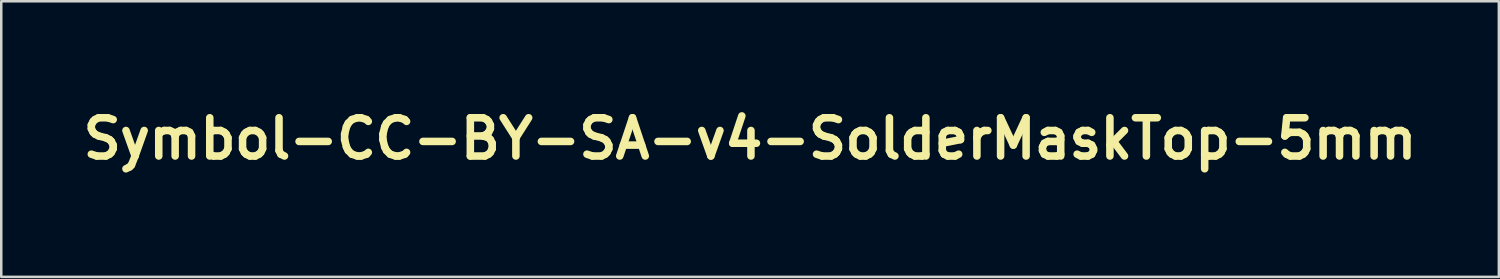
<source format=kicad_pcb>
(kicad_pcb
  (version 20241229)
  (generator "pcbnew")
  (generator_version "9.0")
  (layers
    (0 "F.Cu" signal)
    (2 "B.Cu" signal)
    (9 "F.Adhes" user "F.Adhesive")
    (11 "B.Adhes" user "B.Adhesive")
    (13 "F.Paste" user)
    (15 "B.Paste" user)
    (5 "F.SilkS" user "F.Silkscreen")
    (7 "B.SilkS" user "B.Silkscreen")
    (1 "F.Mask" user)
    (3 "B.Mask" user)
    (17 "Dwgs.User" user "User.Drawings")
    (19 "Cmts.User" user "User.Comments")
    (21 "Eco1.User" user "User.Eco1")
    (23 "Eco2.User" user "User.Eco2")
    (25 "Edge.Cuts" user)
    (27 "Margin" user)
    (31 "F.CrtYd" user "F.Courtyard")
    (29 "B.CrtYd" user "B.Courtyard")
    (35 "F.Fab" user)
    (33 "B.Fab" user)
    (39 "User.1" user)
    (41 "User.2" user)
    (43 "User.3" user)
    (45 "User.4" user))
  (footprint "Symbol-CC-BY-SA-v4-SolderMaskTop-5mm"
    (layer "F.Cu")
    (at 26.822 2.474)
    (property "Reference" "Symbol-CC-BY-SA-v4-SolderMaskTop-5mm" (at 0 0 0) (layer "F.SilkS") (effects (font (size 1.524 1.524) (thickness 0.3))))
    (attr through_hole)
    (fp_poly (pts (xy 4.053 1.704) (xy 4.088 1.816) (xy 4.081 1.879) (xy 4.029 1.904) (xy 4.004 1.905) (xy 3.938 1.89) (xy 3.917 1.861) (xy 3.932 1.8) (xy 3.965 1.713) (xy 3.966 1.711) (xy 4.013 1.605) (xy 4.053 1.704)) (stroke (width 0.01) (type solid)) (fill yes) (layer "F.Mask"))
    (fp_poly (pts (xy -0.048 1.841) (xy 0.061 1.867) (xy 0.123 1.917) (xy 0.133 1.978) (xy 0.09 2.031) (xy 0.003 2.069) (xy -0.077 2.081) (xy -0.144 2.074) (xy -0.171 2.038) (xy -0.176 1.956) (xy -0.172 1.873) (xy -0.145 1.841) (xy -0.074 1.839) (xy -0.048 1.841)) (stroke (width 0.01) (type solid)) (fill yes) (layer "F.Mask"))
    (fp_poly (pts (xy 0.471 -1.569) (xy 0.549 -1.515) (xy 0.592 -1.43) (xy 0.591 -1.334) (xy 0.544 -1.255) (xy 0.451 -1.204) (xy 0.35 -1.214) (xy 0.265 -1.282) (xy 0.26 -1.289) (xy 0.226 -1.395) (xy 0.253 -1.492) (xy 0.334 -1.56) (xy 0.371 -1.573) (xy 0.471 -1.569)) (stroke (width 0.01) (type solid)) (fill yes) (layer "F.Mask"))
    (fp_poly (pts (xy -0.055 1.558) (xy -0.044 1.559) (xy 0.046 1.574) (xy 0.083 1.608) (xy 0.088 1.64) (xy 0.073 1.69) (xy 0.016 1.714) (xy -0.044 1.722) (xy -0.131 1.724) (xy -0.168 1.704) (xy -0.176 1.648) (xy -0.176 1.64) (xy -0.17 1.58) (xy -0.136 1.557) (xy -0.055 1.558)) (stroke (width 0.01) (type solid)) (fill yes) (layer "F.Mask"))
    (fp_poly (pts (xy 0.426 -1.121) (xy 0.758 -1.111) (xy 0.769 -0.785) (xy 0.772 -0.632) (xy 0.77 -0.536) (xy 0.76 -0.484) (xy 0.74 -0.463) (xy 0.707 -0.459) (xy 0.673 -0.454) (xy 0.652 -0.431) (xy 0.641 -0.376) (xy 0.636 -0.277) (xy 0.635 -0.123) (xy 0.635 0.212) (xy 0.212 0.212) (xy 0.212 -0.123) (xy 0.211 -0.279) (xy 0.207 -0.377) (xy 0.196 -0.43) (xy 0.174 -0.453) (xy 0.138 -0.459) (xy 0.123 -0.459) (xy 0.08 -0.461) (xy 0.054 -0.479) (xy 0.041 -0.527) (xy 0.036 -0.618) (xy 0.036 -0.75) (xy 0.039 -0.89) (xy 0.048 -1.006) (xy 0.061 -1.077) (xy 0.065 -1.086) (xy 0.103 -1.109) (xy 0.189 -1.121) (xy 0.33 -1.124) (xy 0.426 -1.121)) (stroke (width 0.01) (type solid)) (fill yes) (layer "F.Mask"))
    (fp_poly (pts (xy -4.96 -0.704) (xy -4.785 -0.623) (xy -4.749 -0.597) (xy -4.674 -0.52) (xy -4.667 -0.457) (xy -4.728 -0.404) (xy -4.763 -0.388) (xy -4.846 -0.362) (xy -4.902 -0.376) (xy -4.934 -0.401) (xy -5.032 -0.451) (xy -5.144 -0.454) (xy -5.241 -0.413) (xy -5.272 -0.38) (xy -5.32 -0.259) (xy -5.326 -0.118) (xy -5.291 0.015) (xy -5.24 0.09) (xy -5.134 0.162) (xy -5.031 0.165) (xy -4.933 0.097) (xy -4.928 0.091) (xy -4.871 0.035) (xy -4.824 0.028) (xy -4.754 0.063) (xy -4.676 0.124) (xy -4.665 0.183) (xy -4.719 0.256) (xy -4.736 0.272) (xy -4.903 0.38) (xy -5.091 0.425) (xy -5.283 0.405) (xy -5.398 0.359) (xy -5.532 0.252) (xy -5.622 0.105) (xy -5.667 -0.066) (xy -5.666 -0.246) (xy -5.617 -0.417) (xy -5.519 -0.564) (xy -5.489 -0.592) (xy -5.329 -0.688) (xy -5.147 -0.726) (xy -4.96 -0.704)) (stroke (width 0.01) (type solid)) (fill yes) (layer "F.Mask"))
    (fp_poly (pts (xy -3.899 -0.709) (xy -3.727 -0.625) (xy -3.673 -0.581) (xy -3.547 -0.465) (xy -3.678 -0.403) (xy -3.764 -0.365) (xy -3.816 -0.36) (xy -3.86 -0.388) (xy -3.874 -0.4) (xy -3.956 -0.442) (xy -4.05 -0.459) (xy -4.137 -0.444) (xy -4.196 -0.387) (xy -4.219 -0.347) (xy -4.259 -0.215) (xy -4.255 -0.08) (xy -4.214 0.041) (xy -4.141 0.132) (xy -4.044 0.175) (xy -4.023 0.176) (xy -3.953 0.156) (xy -3.87 0.105) (xy -3.866 0.102) (xy -3.791 0.054) (xy -3.726 0.051) (xy -3.667 0.071) (xy -3.589 0.11) (xy -3.569 0.148) (xy -3.601 0.206) (xy -3.609 0.216) (xy -3.735 0.328) (xy -3.898 0.397) (xy -4.077 0.42) (xy -4.248 0.392) (xy -4.331 0.353) (xy -4.47 0.234) (xy -4.554 0.078) (xy -4.585 -0.122) (xy -4.586 -0.155) (xy -4.562 -0.359) (xy -4.489 -0.517) (xy -4.362 -0.633) (xy -4.28 -0.677) (xy -4.087 -0.727) (xy -3.899 -0.709)) (stroke (width 0.01) (type solid)) (fill yes) (layer "F.Mask"))
    (fp_poly (pts (xy 3.922 -1.402) (xy 4.046 -1.374) (xy 4.217 -1.274) (xy 4.348 -1.126) (xy 4.435 -0.944) (xy 4.473 -0.74) (xy 4.458 -0.527) (xy 4.389 -0.324) (xy 4.266 -0.152) (xy 4.101 -0.027) (xy 3.907 0.044) (xy 3.7 0.054) (xy 3.608 0.038) (xy 3.45 -0.028) (xy 3.316 -0.131) (xy 3.219 -0.258) (xy 3.176 -0.392) (xy 3.175 -0.415) (xy 3.183 -0.464) (xy 3.22 -0.487) (xy 3.303 -0.494) (xy 3.335 -0.494) (xy 3.438 -0.488) (xy 3.494 -0.464) (xy 3.525 -0.412) (xy 3.527 -0.408) (xy 3.597 -0.313) (xy 3.707 -0.258) (xy 3.834 -0.248) (xy 3.958 -0.288) (xy 3.976 -0.3) (xy 4.045 -0.386) (xy 4.09 -0.517) (xy 4.109 -0.672) (xy 4.103 -0.827) (xy 4.07 -0.962) (xy 4.009 -1.055) (xy 4.007 -1.056) (xy 3.891 -1.11) (xy 3.757 -1.114) (xy 3.636 -1.067) (xy 3.625 -1.059) (xy 3.557 -0.99) (xy 3.529 -0.927) (xy 3.544 -0.888) (xy 3.57 -0.882) (xy 3.573 -0.86) (xy 3.533 -0.804) (xy 3.493 -0.758) (xy 3.415 -0.686) (xy 3.353 -0.642) (xy 3.334 -0.635) (xy 3.288 -0.659) (xy 3.216 -0.718) (xy 3.175 -0.758) (xy 3.107 -0.837) (xy 3.094 -0.876) (xy 3.111 -0.882) (xy 3.159 -0.914) (xy 3.186 -0.983) (xy 3.237 -1.102) (xy 3.329 -1.226) (xy 3.444 -1.328) (xy 3.495 -1.359) (xy 3.612 -1.395) (xy 3.765 -1.409) (xy 3.922 -1.402)) (stroke (width 0.01) (type solid)) (fill yes) (layer "F.Mask"))
    (fp_poly (pts (xy 0.606 -2.065) (xy 0.9 -1.994) (xy 1.165 -1.867) (xy 1.393 -1.69) (xy 1.578 -1.466) (xy 1.712 -1.202) (xy 1.764 -1.028) (xy 1.802 -0.724) (xy 1.775 -0.432) (xy 1.692 -0.16) (xy 1.557 0.086) (xy 1.378 0.299) (xy 1.16 0.472) (xy 0.909 0.6) (xy 0.633 0.674) (xy 0.337 0.69) (xy 0.169 0.67) (xy -0.091 0.593) (xy -0.34 0.459) (xy -0.562 0.282) (xy -0.742 0.072) (xy -0.835 -0.092) (xy -0.933 -0.381) (xy -0.967 -0.671) (xy -0.961 -0.738) (xy -0.7 -0.738) (xy -0.681 -0.492) (xy -0.606 -0.256) (xy -0.477 -0.039) (xy -0.296 0.148) (xy -0.066 0.297) (xy 0.081 0.36) (xy 0.3 0.406) (xy 0.542 0.403) (xy 0.78 0.353) (xy 0.874 0.317) (xy 1.049 0.213) (xy 1.22 0.066) (xy 1.365 -0.102) (xy 1.423 -0.194) (xy 1.46 -0.274) (xy 1.483 -0.361) (xy 1.495 -0.475) (xy 1.499 -0.635) (xy 1.499 -0.688) (xy 1.491 -0.912) (xy 1.46 -1.088) (xy 1.399 -1.235) (xy 1.3 -1.374) (xy 1.199 -1.482) (xy 1.049 -1.616) (xy 0.904 -1.705) (xy 0.743 -1.756) (xy 0.546 -1.778) (xy 0.423 -1.781) (xy 0.18 -1.768) (xy -0.016 -1.724) (xy -0.183 -1.641) (xy -0.338 -1.511) (xy -0.394 -1.454) (xy -0.558 -1.229) (xy -0.66 -0.987) (xy -0.7 -0.738) (xy -0.961 -0.738) (xy -0.942 -0.955) (xy -0.863 -1.223) (xy -0.734 -1.469) (xy -0.559 -1.684) (xy -0.345 -1.86) (xy -0.094 -1.989) (xy 0.188 -2.063) (xy 0.29 -2.074) (xy 0.606 -2.065)) (stroke (width 0.01) (type solid)) (fill yes) (layer "F.Mask"))
    (fp_poly (pts (xy 4.076 -2.05) (xy 4.361 -1.956) (xy 4.616 -1.803) (xy 4.772 -1.663) (xy 4.944 -1.455) (xy 5.059 -1.247) (xy 5.128 -1.018) (xy 5.145 -0.917) (xy 5.158 -0.598) (xy 5.108 -0.301) (xy 5.001 -0.032) (xy 4.843 0.203) (xy 4.641 0.398) (xy 4.399 0.548) (xy 4.125 0.647) (xy 3.824 0.687) (xy 3.536 0.67) (xy 3.281 0.599) (xy 3.036 0.467) (xy 2.814 0.287) (xy 2.627 0.067) (xy 2.512 -0.132) (xy 2.438 -0.36) (xy 2.403 -0.619) (xy 2.403 -0.63) (xy 2.674 -0.63) (xy 2.718 -0.38) (xy 2.822 -0.142) (xy 2.953 0.036) (xy 3.166 0.224) (xy 3.404 0.349) (xy 3.661 0.409) (xy 3.928 0.402) (xy 4.197 0.328) (xy 4.245 0.307) (xy 4.477 0.164) (xy 4.671 -0.029) (xy 4.8 -0.232) (xy 4.863 -0.426) (xy 4.888 -0.653) (xy 4.874 -0.887) (xy 4.822 -1.102) (xy 4.803 -1.15) (xy 4.685 -1.344) (xy 4.518 -1.524) (xy 4.32 -1.67) (xy 4.269 -1.699) (xy 4.179 -1.74) (xy 4.087 -1.765) (xy 3.972 -1.777) (xy 3.811 -1.781) (xy 3.775 -1.781) (xy 3.603 -1.778) (xy 3.481 -1.767) (xy 3.387 -1.744) (xy 3.301 -1.707) (xy 3.288 -1.7) (xy 3.061 -1.544) (xy 2.884 -1.348) (xy 2.759 -1.124) (xy 2.689 -0.881) (xy 2.674 -0.63) (xy 2.403 -0.63) (xy 2.409 -0.885) (xy 2.451 -1.103) (xy 2.558 -1.353) (xy 2.72 -1.584) (xy 2.926 -1.783) (xy 3.161 -1.938) (xy 3.413 -2.036) (xy 3.455 -2.046) (xy 3.772 -2.08) (xy 4.076 -2.05)) (stroke (width 0.01) (type solid)) (fill yes) (layer "F.Mask"))
    (fp_poly (pts (xy -4.241 -1.981) (xy -3.913 -1.888) (xy -3.775 -1.828) (xy -3.557 -1.695) (xy -3.34 -1.513) (xy -3.144 -1.302) (xy -2.987 -1.082) (xy -2.932 -0.98) (xy -2.819 -0.666) (xy -2.764 -0.332) (xy -2.765 0.009) (xy -2.82 0.344) (xy -2.929 0.659) (xy -3.09 0.942) (xy -3.144 1.013) (xy -3.367 1.239) (xy -3.636 1.434) (xy -3.932 1.584) (xy -4.237 1.679) (xy -4.304 1.691) (xy -4.424 1.71) (xy -4.517 1.72) (xy -4.604 1.721) (xy -4.708 1.714) (xy -4.853 1.698) (xy -4.911 1.692) (xy -5.217 1.622) (xy -5.508 1.49) (xy -5.775 1.306) (xy -6.011 1.077) (xy -6.207 0.812) (xy -6.353 0.519) (xy -6.443 0.208) (xy -6.457 0.119) (xy -6.468 -0.18) (xy -6.115 -0.18) (xy -6.091 0.119) (xy -6.007 0.405) (xy -5.866 0.669) (xy -5.671 0.904) (xy -5.425 1.103) (xy -5.132 1.258) (xy -5.082 1.278) (xy -4.972 1.31) (xy -4.84 1.327) (xy -4.667 1.332) (xy -4.568 1.33) (xy -4.394 1.323) (xy -4.265 1.309) (xy -4.158 1.284) (xy -4.049 1.242) (xy -3.982 1.211) (xy -3.708 1.046) (xy -3.479 0.833) (xy -3.302 0.581) (xy -3.18 0.3) (xy -3.119 -0.002) (xy -3.122 -0.317) (xy -3.134 -0.396) (xy -3.22 -0.706) (xy -3.36 -0.98) (xy -3.548 -1.213) (xy -3.774 -1.401) (xy -4.031 -1.541) (xy -4.312 -1.628) (xy -4.607 -1.659) (xy -4.91 -1.629) (xy -5.213 -1.535) (xy -5.318 -1.486) (xy -5.485 -1.375) (xy -5.658 -1.218) (xy -5.815 -1.036) (xy -5.939 -0.848) (xy -5.969 -0.79) (xy -6.075 -0.485) (xy -6.115 -0.18) (xy -6.468 -0.18) (xy -6.472 -0.26) (xy -6.42 -0.617) (xy -6.303 -0.949) (xy -6.12 -1.255) (xy -5.872 -1.532) (xy -5.815 -1.584) (xy -5.549 -1.773) (xy -5.246 -1.909) (xy -4.92 -1.99) (xy -4.581 -2.014) (xy -4.241 -1.981)) (stroke (width 0.01) (type solid)) (fill yes) (layer "F.Mask"))
    (fp_poly (pts (xy 7.04 -2.383) (xy 7.127 -2.296) (xy 7.118 0.096) (xy 7.108 2.487) (xy 0.032 2.496) (xy -0.669 2.497) (xy -1.352 2.497) (xy -2.012 2.498) (xy -2.647 2.498) (xy -3.254 2.497) (xy -3.827 2.497) (xy -4.366 2.496) (xy -4.865 2.496) (xy -5.323 2.495) (xy -5.734 2.493) (xy -6.097 2.492) (xy -6.407 2.49) (xy -6.662 2.489) (xy -6.858 2.487) (xy -6.991 2.485) (xy -7.059 2.482) (xy -7.067 2.481) (xy -7.071 2.443) (xy -7.075 2.34) (xy -7.079 2.178) (xy -7.082 1.963) (xy -7.085 1.7) (xy -7.087 1.397) (xy -7.089 1.057) (xy -7.09 0.688) (xy -7.091 0.295) (xy -7.091 0.081) (xy -7.091 -0.61) (xy -6.95 -0.61) (xy -6.95 1.023) (xy -6.437 1.023) (xy -6.274 1.249) (xy -6.035 1.52) (xy -5.751 1.742) (xy -5.432 1.912) (xy -5.088 2.026) (xy -4.729 2.08) (xy -4.363 2.071) (xy -4.191 2.043) (xy -3.896 1.952) (xy -3.602 1.807) (xy -3.325 1.619) (xy -3.097 1.411) (xy -0.353 1.411) (xy -0.353 2.187) (xy -0.114 2.187) (xy 0.071 2.176) (xy 0.189 2.142) (xy 0.204 2.132) (xy 0.261 2.059) (xy 0.284 1.96) (xy 0.27 1.866) (xy 0.22 1.803) (xy 0.18 1.767) (xy 0.202 1.724) (xy 0.203 1.724) (xy 0.242 1.644) (xy 0.242 1.549) (xy 0.205 1.469) (xy 0.179 1.448) (xy 0.109 1.429) (xy -0.005 1.415) (xy -0.121 1.411) (xy 0.346 1.411) (xy 0.443 1.579) (xy 0.507 1.687) (xy 0.564 1.78) (xy 0.588 1.816) (xy 0.618 1.895) (xy 0.634 2.005) (xy 0.635 2.036) (xy 0.64 2.133) (xy 0.661 2.177) (xy 0.706 2.187) (xy 0.753 2.175) (xy 0.773 2.125) (xy 0.776 2.053) (xy 0.787 1.987) (xy 2.963 1.987) (xy 2.986 2.044) (xy 3.035 2.11) (xy 3.13 2.167) (xy 3.259 2.191) (xy 3.308 2.187) (xy 3.637 2.187) (xy 3.723 2.187) (xy 3.797 2.164) (xy 3.831 2.099) (xy 3.854 2.043) (xy 3.901 2.018) (xy 3.993 2.011) (xy 4.007 2.011) (xy 4.106 2.016) (xy 4.157 2.039) (xy 4.181 2.091) (xy 4.184 2.099) (xy 4.223 2.169) (xy 4.292 2.187) (xy 4.331 2.186) (xy 4.354 2.177) (xy 4.36 2.15) (xy 4.349 2.093) (xy 4.317 1.998) (xy 4.263 1.853) (xy 4.216 1.729) (xy 4.158 1.583) (xy 4.114 1.492) (xy 4.075 1.442) (xy 4.032 1.421) (xy 4.013 1.418) (xy 3.954 1.421) (xy 3.914 1.457) (xy 3.876 1.545) (xy 3.871 1.559) (xy 3.83 1.673) (xy 3.777 1.819) (xy 3.727 1.949) (xy 3.637 2.187) (xy 3.308 2.187) (xy 3.393 2.181) (xy 3.503 2.137) (xy 3.528 2.117) (xy 3.593 2.015) (xy 3.592 1.916) (xy 3.528 1.825) (xy 3.403 1.75) (xy 3.313 1.718) (xy 3.209 1.678) (xy 3.163 1.633) (xy 3.157 1.604) (xy 3.186 1.548) (xy 3.253 1.523) (xy 3.33 1.531) (xy 3.385 1.568) (xy 3.447 1.611) (xy 3.513 1.62) (xy 3.557 1.595) (xy 3.563 1.572) (xy 3.532 1.503) (xy 3.451 1.451) (xy 3.342 1.42) (xy 3.224 1.413) (xy 3.117 1.436) (xy 3.063 1.469) (xy 3.014 1.55) (xy 3.001 1.65) (xy 3.026 1.737) (xy 3.046 1.759) (xy 3.107 1.794) (xy 3.204 1.837) (xy 3.247 1.853) (xy 3.373 1.908) (xy 3.432 1.964) (xy 3.426 2.022) (xy 3.416 2.036) (xy 3.342 2.077) (xy 3.247 2.071) (xy 3.161 2.023) (xy 3.149 2.011) (xy 3.083 1.959) (xy 3.016 1.941) (xy 2.971 1.961) (xy 2.963 1.987) (xy 0.787 1.987) (xy 0.796 1.934) (xy 0.858 1.788) (xy 0.917 1.684) (xy 0.984 1.571) (xy 1.034 1.482) (xy 1.058 1.434) (xy 1.058 1.431) (xy 1.028 1.416) (xy 0.977 1.411) (xy 0.906 1.435) (xy 0.837 1.516) (xy 0.816 1.552) (xy 0.764 1.636) (xy 0.723 1.687) (xy 0.712 1.693) (xy 0.682 1.665) (xy 0.633 1.594) (xy 0.607 1.552) (xy 0.541 1.457) (xy 0.477 1.416) (xy 0.437 1.411) (xy 0.346 1.411) (xy -0.121 1.411) (xy -0.353 1.411) (xy -3.097 1.411) (xy -3.085 1.4) (xy -2.924 1.202) (xy -2.805 1.025) (xy 2.09 1.024) (xy 6.985 1.023) (xy 6.985 -0.61) (xy 6.985 -1.02) (xy 6.983 -1.363) (xy 6.98 -1.645) (xy 6.976 -1.87) (xy 6.971 -2.041) (xy 6.964 -2.164) (xy 6.956 -2.243) (xy 6.946 -2.282) (xy 6.943 -2.286) (xy 6.903 -2.291) (xy 6.796 -2.296) (xy 6.628 -2.301) (xy 6.401 -2.305) (xy 6.12 -2.309) (xy 5.789 -2.313) (xy 5.413 -2.316) (xy 4.995 -2.319) (xy 4.539 -2.322) (xy 4.051 -2.324) (xy 3.533 -2.326) (xy 2.99 -2.328) (xy 2.426 -2.33) (xy 1.845 -2.331) (xy 1.252 -2.332) (xy 0.651 -2.332) (xy 0.045 -2.332) (xy -0.561 -2.332) (xy -1.163 -2.332) (xy -1.758 -2.331) (xy -2.339 -2.33) (xy -2.905 -2.328) (xy -3.45 -2.327) (xy -3.97 -2.325) (xy -4.462 -2.322) (xy -4.92 -2.319) (xy -5.342 -2.316) (xy -5.722 -2.313) (xy -6.057 -2.309) (xy -6.342 -2.306) (xy -6.574 -2.301) (xy -6.748 -2.297) (xy -6.86 -2.292) (xy -6.907 -2.286) (xy -6.907 -2.286) (xy -6.918 -2.257) (xy -6.927 -2.189) (xy -6.934 -2.078) (xy -6.94 -1.92) (xy -6.944 -1.709) (xy -6.947 -1.443) (xy -6.949 -1.116) (xy -6.95 -0.724) (xy -6.95 -0.61) (xy -7.091 -0.61) (xy -7.091 -2.296) (xy -7.004 -2.383) (xy -6.918 -2.469) (xy 6.953 -2.469) (xy 7.04 -2.383)) (stroke (width 0.01) (type solid)) (fill yes) (layer "F.Mask")))
  (gr_rect
    (start -3 -3)
    (end 56.645 7.977)
    (stroke (width 0.1) (type default))
    (fill no)
    (layer "Edge.Cuts")))
</source>
